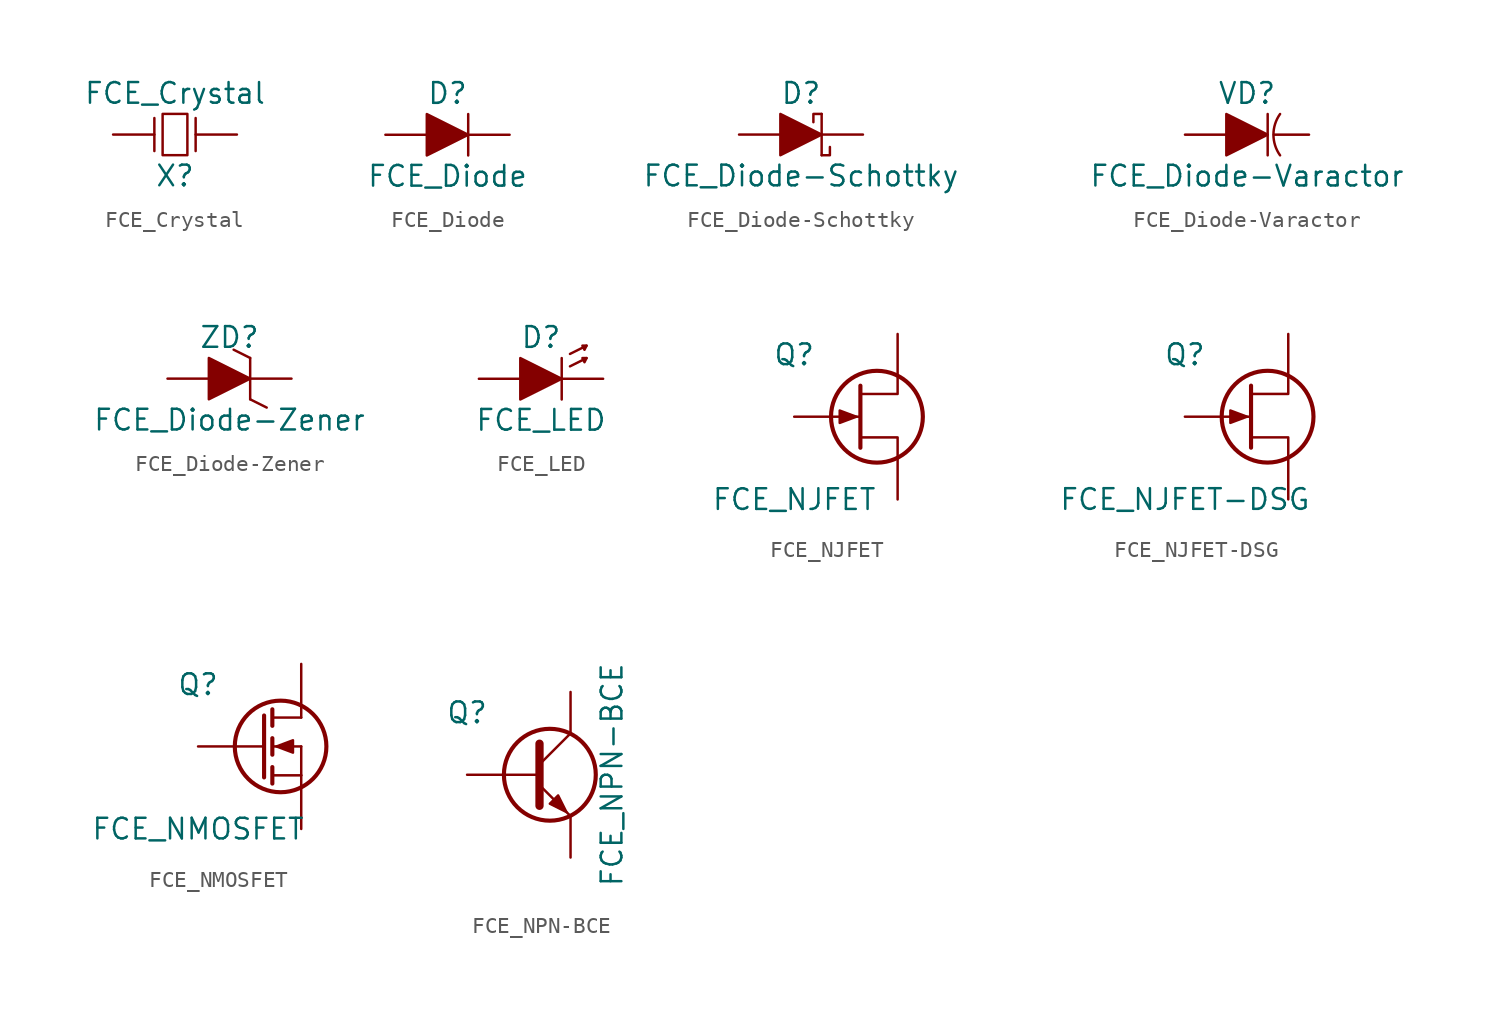
<source format=kicad_sym>
(kicad_symbol_lib
  (version 20211014)
  (generator kicad_symbol_editor)
  (symbol "FCE_Crystal"
    (pin_numbers hide)
    (pin_names
      (offset 0) hide)
    (property "Reference" "X"
      (at 0 -2.54 0)
      (effects (font (size 1.27 1.27))))
    (property "Value" "FCE_Crystal"
      (at 0 2.54 0)
      (effects (font (size 1.27 1.27))))
    (property "Footprint" ""
      (at 0 0 0)
      (effects (font (size 1.27 1.27))))
    (property "Datasheet" ""
      (at 0 0 0)
      (effects (font (size 1.27 1.27))))
    (symbol "FCE_Crystal_0_1"
      (polyline (pts (xy -1.27 1.016) (xy -1.27 -1.016)) (stroke (width 0) (type default) (color 0 0 0 0)) (fill (type none)))
      (polyline (pts (xy 1.27 1.016) (xy 1.27 -1.016)) (stroke (width 0) (type default) (color 0 0 0 0)) (fill (type none)))
      (polyline (pts (xy 0.762 1.27) (xy -0.762 1.27) (xy -0.762 -1.27) (xy 0.762 -1.27) (xy 0.762 1.27)) (stroke (width 0) (type default) (color 0 0 0 0)) (fill (type none))))
    (symbol "FCE_Crystal_1_1"
      (pin passive line (at -3.81 0 0) (length 2.54) (name "~" (effects (font (size 1.27 1.27)))) (number "1" (effects (font (size 1.27 1.27)))))
      (pin passive line (at 3.81 0 180) (length 2.54) (name "~" (effects (font (size 1.27 1.27)))) (number "2" (effects (font (size 1.27 1.27)))))))
  (symbol "FCE_Diode"
    (pin_numbers hide)
    (pin_names
      (offset 0) hide)
    (property "Reference" "D"
      (at 0 2.54 0)
      (effects (font (size 1.27 1.27))))
    (property "Value" "FCE_Diode"
      (at 0 -2.54 0)
      (effects (font (size 1.27 1.27))))
    (property "Footprint" ""
      (at 0 0 0)
      (effects (font (size 1.27 1.27))))
    (property "Datasheet" ""
      (at 0 0 0)
      (effects (font (size 1.27 1.27))))
    (symbol "FCE_Diode_0_1"
      (polyline (pts (xy 1.27 1.27) (xy 1.27 -1.27) (xy 1.27 0)) (stroke (width 0) (type default) (color 0 0 0 0)) (fill (type none)))
      (polyline (pts (xy -1.27 1.27) (xy -1.27 -1.27) (xy 1.27 0) (xy -1.27 1.27) (xy -1.27 0)) (stroke (width 0) (type default) (color 0 0 0 0)) (fill (type outline))))
    (symbol "FCE_Diode_1_1"
      (pin passive line (at -3.81 0 0) (length 2.54) (name "A" (effects (font (size 1.27 1.27)))) (number "1" (effects (font (size 1.27 1.27)))))
      (pin passive line (at 3.81 0 180) (length 2.54) (name "K" (effects (font (size 1.27 1.27)))) (number "2" (effects (font (size 1.27 1.27)))))))
  (symbol "FCE_Diode-Schottky"
    (pin_numbers hide)
    (pin_names
      (offset 0) hide)
    (property "Reference" "D"
      (at 0 2.54 0)
      (effects (font (size 1.27 1.27))))
    (property "Value" "FCE_Diode-Schottky"
      (at 0 -2.54 0)
      (effects (font (size 1.27 1.27))))
    (property "Footprint" ""
      (at 0 0 0)
      (effects (font (size 1.27 1.27))))
    (property "Datasheet" ""
      (at 0 0 0)
      (effects (font (size 1.27 1.27))))
    (symbol "FCE_Diode-Schottky_0_1"
      (polyline (pts (xy 1.27 -1.27) (xy 1.778 -1.27) (xy 1.778 -0.762)) (stroke (width 0) (type default) (color 0 0 0 0)) (fill (type none)))
      (polyline (pts (xy 1.27 1.27) (xy 0.762 1.27) (xy 0.762 0.762)) (stroke (width 0) (type default) (color 0 0 0 0)) (fill (type none)))
      (polyline (pts (xy 1.27 1.27) (xy 1.27 -1.27) (xy 1.27 0)) (stroke (width 0) (type default) (color 0 0 0 0)) (fill (type none)))
      (polyline (pts (xy -1.27 1.27) (xy -1.27 -1.27) (xy 1.27 0) (xy -1.27 1.27) (xy -1.27 0)) (stroke (width 0) (type default) (color 0 0 0 0)) (fill (type outline))))
    (symbol "FCE_Diode-Schottky_1_1"
      (pin passive line (at -3.81 0 0) (length 2.54) (name "A" (effects (font (size 1.27 1.27)))) (number "1" (effects (font (size 1.27 1.27)))))
      (pin passive line (at 3.81 0 180) (length 2.54) (name "K" (effects (font (size 1.27 1.27)))) (number "2" (effects (font (size 1.27 1.27)))))))
  (symbol "FCE_Diode-Varactor"
    (pin_numbers hide)
    (pin_names
      (offset 0) hide)
    (property "Reference" "VD"
      (at 0 2.54 0)
      (effects (font (size 1.27 1.27))))
    (property "Value" "FCE_Diode-Varactor"
      (at 0 -2.54 0)
      (effects (font (size 1.27 1.27))))
    (property "Footprint" ""
      (at 0 0 0)
      (effects (font (size 1.27 1.27))))
    (property "Datasheet" ""
      (at 0 0 0)
      (effects (font (size 1.27 1.27))))
    (symbol "FCE_Diode-Varactor_0_1"
      (polyline (pts (xy 1.27 1.27) (xy 1.27 -1.27) (xy 1.27 0)) (stroke (width 0) (type default) (color 0 0 0 0)) (fill (type none)))
      (polyline (pts (xy -1.27 1.27) (xy -1.27 -1.27) (xy 1.27 0) (xy -1.27 1.27) (xy -1.27 0)) (stroke (width 0) (type default) (color 0 0 0 0)) (fill (type outline)))
      (arc (start 2.032 1.27) (mid 1.625 0) (end 2.032 -1.27) (stroke (width 0) (type default) (color 0 0 0 0)) (fill (type none))))
    (symbol "FCE_Diode-Varactor_1_1"
      (pin passive line (at -3.81 0 0) (length 2.54) (name "A" (effects (font (size 1.27 1.27)))) (number "1" (effects (font (size 1.27 1.27)))))
      (pin passive line (at 3.81 0 180) (length 2.159) (name "K" (effects (font (size 1.27 1.27)))) (number "2" (effects (font (size 1.27 1.27)))))))
  (symbol "FCE_Diode-Zener"
    (pin_numbers hide)
    (pin_names
      (offset 0) hide)
    (property "Reference" "ZD"
      (at 0 2.54 0)
      (effects (font (size 1.27 1.27))))
    (property "Value" "FCE_Diode-Zener"
      (at 0 -2.54 0)
      (effects (font (size 1.27 1.27))))
    (property "Footprint" ""
      (at 0 0 0)
      (effects (font (size 1.27 1.27))))
    (property "Datasheet" ""
      (at 0 0 0)
      (effects (font (size 1.27 1.27))))
    (symbol "FCE_Diode-Zener_0_1"
      (polyline (pts (xy 1.27 -1.27) (xy 2.286 -1.778)) (stroke (width 0) (type default) (color 0 0 0 0)) (fill (type none)))
      (polyline (pts (xy 1.27 1.27) (xy 0.254 1.778)) (stroke (width 0) (type default) (color 0 0 0 0)) (fill (type none)))
      (polyline (pts (xy 1.27 1.27) (xy 1.27 -1.27) (xy 1.27 0)) (stroke (width 0) (type default) (color 0 0 0 0)) (fill (type none)))
      (polyline (pts (xy -1.27 1.27) (xy -1.27 -1.27) (xy 1.27 0) (xy -1.27 1.27) (xy -1.27 0)) (stroke (width 0) (type default) (color 0 0 0 0)) (fill (type outline))))
    (symbol "FCE_Diode-Zener_1_1"
      (pin passive line (at -3.81 0 0) (length 2.54) (name "A" (effects (font (size 1.27 1.27)))) (number "1" (effects (font (size 1.27 1.27)))))
      (pin passive line (at 3.81 0 180) (length 2.54) (name "K" (effects (font (size 1.27 1.27)))) (number "2" (effects (font (size 1.27 1.27)))))))
  (symbol "FCE_LED"
    (pin_numbers hide)
    (pin_names
      (offset 0) hide)
    (property "Reference" "D"
      (at 0 2.54 0)
      (effects (font (size 1.27 1.27))))
    (property "Value" "FCE_LED"
      (at 0 -2.54 0)
      (effects (font (size 1.27 1.27))))
    (property "Footprint" ""
      (at 0 0 0)
      (effects (font (size 1.27 1.27))))
    (property "Datasheet" ""
      (at 0 0 0)
      (effects (font (size 1.27 1.27))))
    (symbol "FCE_LED_0_1"
      (polyline (pts (xy 1.778 0.762) (xy 2.794 1.27)) (stroke (width 0) (type default) (color 0 0 0 0)) (fill (type none)))
      (polyline (pts (xy 1.778 1.524) (xy 2.794 2.032)) (stroke (width 0) (type default) (color 0 0 0 0)) (fill (type none)))
      (polyline (pts (xy 1.27 1.27) (xy 1.27 -1.27) (xy 1.27 0)) (stroke (width 0) (type default) (color 0 0 0 0)) (fill (type none)))
      (polyline (pts (xy 2.794 1.27) (xy 2.667 1.016) (xy 2.54 1.27) (xy 2.794 1.27)) (stroke (width 0) (type default) (color 0 0 0 0)) (fill (type none)))
      (polyline (pts (xy 2.794 2.032) (xy 2.667 1.778) (xy 2.54 2.032) (xy 2.794 2.032)) (stroke (width 0) (type default) (color 0 0 0 0)) (fill (type none)))
      (polyline (pts (xy -1.27 1.27) (xy -1.27 -1.27) (xy 1.27 0) (xy -1.27 1.27) (xy -1.27 0)) (stroke (width 0) (type default) (color 0 0 0 0)) (fill (type outline))))
    (symbol "FCE_LED_1_1"
      (pin passive line (at -3.81 0 0) (length 2.54) (name "A" (effects (font (size 1.27 1.27)))) (number "1" (effects (font (size 1.27 1.27)))))
      (pin passive line (at 3.81 0 180) (length 2.54) (name "K" (effects (font (size 1.27 1.27)))) (number "2" (effects (font (size 1.27 1.27)))))))
  (symbol "FCE_NJFET"
    (pin_numbers hide)
    (pin_names
      (offset 0) hide)
    (property "Reference" "Q"
      (at -5.08 3.81 0)
      (effects (font (size 1.27 1.27))))
    (property "Value" "FCE_NJFET"
      (at -5.08 -5.08 0)
      (effects (font (size 1.27 1.27))))
    (property "Footprint" ""
      (at 3.81 2.54 0)
      (effects (font (size 1.27 1.27))))
    (property "Datasheet" ""
      (at -1.27 0 0)
      (effects (font (size 1.27 1.27))))
    (symbol "FCE_NJFET_0_1"
      (polyline (pts (xy -1.016 1.905) (xy -1.016 -1.905) (xy -1.016 -1.905)) (stroke (width 0.254) (type default) (color 0 0 0 0)) (fill (type none)))
      (polyline (pts (xy 1.27 -2.54) (xy 1.27 -1.27) (xy -1.016 -1.27)) (stroke (width 0) (type default) (color 0 0 0 0)) (fill (type none)))
      (polyline (pts (xy 1.27 2.54) (xy 1.27 1.397) (xy -1.016 1.397)) (stroke (width 0) (type default) (color 0 0 0 0)) (fill (type none)))
      (polyline (pts (xy -1.27 0) (xy -2.286 0.381) (xy -2.286 -0.381) (xy -1.27 0)) (stroke (width 0) (type default) (color 0 0 0 0)) (fill (type outline)))
      (circle (center 0 0) (radius 2.819) (stroke (width 0.254) (type default) (color 0 0 0 0)) (fill (type none))))
    (symbol "FCE_NJFET_1_1"
      (pin input line (at -5.08 0 0) (length 4.064) (name "G" (effects (font (size 1.27 1.27)))) (number "1" (effects (font (size 1.27 1.27)))))
      (pin passive line (at 1.27 5.08 270) (length 2.54) (name "D" (effects (font (size 1.27 1.27)))) (number "2" (effects (font (size 1.27 1.27)))))
      (pin passive line (at 1.27 -5.08 90) (length 2.54) (name "S" (effects (font (size 1.27 1.27)))) (number "3" (effects (font (size 1.27 1.27)))))))
  (symbol "FCE_NJFET-DSG"
    (pin_numbers hide)
    (pin_names
      (offset 0) hide)
    (property "Reference" "Q"
      (at -5.08 3.81 0)
      (effects (font (size 1.27 1.27))))
    (property "Value" "FCE_NJFET-DSG"
      (at -5.08 -5.08 0)
      (effects (font (size 1.27 1.27))))
    (property "Footprint" ""
      (at 3.81 2.54 0)
      (effects (font (size 1.27 1.27))))
    (symbol "FCE_NJFET-DSG_0_1"
      (polyline (pts (xy -1.016 1.905) (xy -1.016 -1.905) (xy -1.016 -1.905)) (stroke (width 0.254) (type default) (color 0 0 0 0)) (fill (type none)))
      (polyline (pts (xy 1.27 -2.54) (xy 1.27 -1.27) (xy -1.016 -1.27)) (stroke (width 0) (type default) (color 0 0 0 0)) (fill (type none)))
      (polyline (pts (xy 1.27 2.54) (xy 1.27 1.397) (xy -1.016 1.397)) (stroke (width 0) (type default) (color 0 0 0 0)) (fill (type none)))
      (polyline (pts (xy -1.27 0) (xy -2.286 0.381) (xy -2.286 -0.381) (xy -1.27 0)) (stroke (width 0) (type default) (color 0 0 0 0)) (fill (type outline)))
      (circle (center 0 0) (radius 2.819) (stroke (width 0.254) (type default) (color 0 0 0 0)) (fill (type none))))
    (symbol "FCE_NJFET-DSG_1_1"
      (pin passive line (at 1.27 5.08 270) (length 2.54) (name "D" (effects (font (size 1.27 1.27)))) (number "1" (effects (font (size 1.27 1.27)))))
      (pin passive line (at 1.27 -5.08 90) (length 2.54) (name "S" (effects (font (size 1.27 1.27)))) (number "2" (effects (font (size 1.27 1.27)))))
      (pin input line (at -5.08 0 0) (length 4.064) (name "G" (effects (font (size 1.27 1.27)))) (number "3" (effects (font (size 1.27 1.27)))))))
  (symbol "FCE_NMOSFET"
    (pin_numbers hide)
    (pin_names
      (offset 0) hide)
    (property "Reference" "Q"
      (at -5.08 3.81 0)
      (effects (font (size 1.27 1.27))))
    (property "Value" "FCE_NMOSFET"
      (at -5.08 -5.08 0)
      (effects (font (size 1.27 1.27))))
    (property "Footprint" ""
      (at 3.81 2.54 0)
      (effects (font (size 1.27 1.27))))
    (property "Datasheet" ""
      (at -1.27 0 0)
      (effects (font (size 1.27 1.27))))
    (symbol "FCE_NMOSFET_0_1"
      (polyline (pts (xy -0.508 -1.778) (xy 1.27 -1.778)) (stroke (width 0) (type default) (color 0 0 0 0)) (fill (type none)))
      (polyline (pts (xy -0.508 -1.27) (xy -0.508 -2.286)) (stroke (width 0.254) (type default) (color 0 0 0 0)) (fill (type none)))
      (polyline (pts (xy -0.508 0) (xy 1.27 0)) (stroke (width 0) (type default) (color 0 0 0 0)) (fill (type none)))
      (polyline (pts (xy -0.508 0.508) (xy -0.508 -0.508)) (stroke (width 0.254) (type default) (color 0 0 0 0)) (fill (type none)))
      (polyline (pts (xy -0.508 1.778) (xy 1.27 1.778)) (stroke (width 0) (type default) (color 0 0 0 0)) (fill (type none)))
      (polyline (pts (xy -0.508 2.286) (xy -0.508 1.27)) (stroke (width 0.254) (type default) (color 0 0 0 0)) (fill (type none)))
      (polyline (pts (xy 1.27 -1.778) (xy 1.27 -2.54)) (stroke (width 0) (type default) (color 0 0 0 0)) (fill (type none)))
      (polyline (pts (xy 1.27 -1.778) (xy 1.27 0)) (stroke (width 0) (type default) (color 0 0 0 0)) (fill (type none)))
      (polyline (pts (xy 1.27 2.54) (xy 1.27 1.778)) (stroke (width 0) (type default) (color 0 0 0 0)) (fill (type none)))
      (polyline (pts (xy -1.016 1.905) (xy -1.016 -1.905) (xy -1.016 -1.905)) (stroke (width 0.254) (type default) (color 0 0 0 0)) (fill (type none)))
      (polyline (pts (xy -0.254 0) (xy 0.762 0.381) (xy 0.762 -0.381) (xy -0.254 0)) (stroke (width 0) (type default) (color 0 0 0 0)) (fill (type outline)))
      (circle (center 0 0) (radius 2.819) (stroke (width 0.254) (type default) (color 0 0 0 0)) (fill (type none))))
    (symbol "FCE_NMOSFET_1_1"
      (pin passive line (at 1.27 5.08 270) (length 2.54) (name "D" (effects (font (size 1.27 1.27)))) (number "1" (effects (font (size 1.27 1.27)))))
      (pin passive line (at 1.27 -5.08 90) (length 2.54) (name "S" (effects (font (size 1.27 1.27)))) (number "2" (effects (font (size 1.27 1.27)))))
      (pin input line (at -5.08 0 0) (length 4.064) (name "G" (effects (font (size 1.27 1.27)))) (number "3" (effects (font (size 1.27 1.27)))))))
  (symbol "FCE_NPN-BCE"
    (pin_numbers hide)
    (pin_names
      (offset 0) hide)
    (property "Reference" "Q"
      (at -5.08 3.81 0)
      (effects (font (size 1.27 1.27))))
    (property "Value" "FCE_NPN-BCE"
      (at 3.81 0 90)
      (effects (font (size 1.27 1.27))))
    (property "Footprint" ""
      (at 3.81 2.54 0)
      (effects (font (size 1.27 1.27))))
    (property "Datasheet" ""
      (at -1.27 0 0)
      (effects (font (size 1.27 1.27))))
    (symbol "FCE_NPN-BCE_0_1"
      (polyline (pts (xy -0.635 0.635) (xy 1.27 2.54)) (stroke (width 0) (type default) (color 0 0 0 0)) (fill (type none)))
      (polyline (pts (xy -0.635 -0.635) (xy 1.27 -2.54) (xy 1.27 -2.54)) (stroke (width 0) (type default) (color 0 0 0 0)) (fill (type none)))
      (polyline (pts (xy -0.635 1.905) (xy -0.635 -1.905) (xy -0.635 -1.905)) (stroke (width 0.508) (type default) (color 0 0 0 0)) (fill (type none)))
      (polyline (pts (xy 0 -1.778) (xy 0.508 -1.27) (xy 1.016 -2.286) (xy 0 -1.778) (xy 0 -1.778)) (stroke (width 0) (type default) (color 0 0 0 0)) (fill (type outline)))
      (circle (center 0 0) (radius 2.819) (stroke (width 0.254) (type default) (color 0 0 0 0)) (fill (type none))))
    (symbol "FCE_NPN-BCE_1_1"
      (pin input line (at -5.08 0 0) (length 4.445) (name "B" (effects (font (size 1.27 1.27)))) (number "1" (effects (font (size 1.27 1.27)))))
      (pin passive line (at 1.27 5.08 270) (length 2.54) (name "C" (effects (font (size 1.27 1.27)))) (number "2" (effects (font (size 1.27 1.27)))))
      (pin passive line (at 1.27 -5.08 90) (length 2.54) (name "E" (effects (font (size 1.27 1.27)))) (number "3" (effects (font (size 1.27 1.27))))))))
</source>
